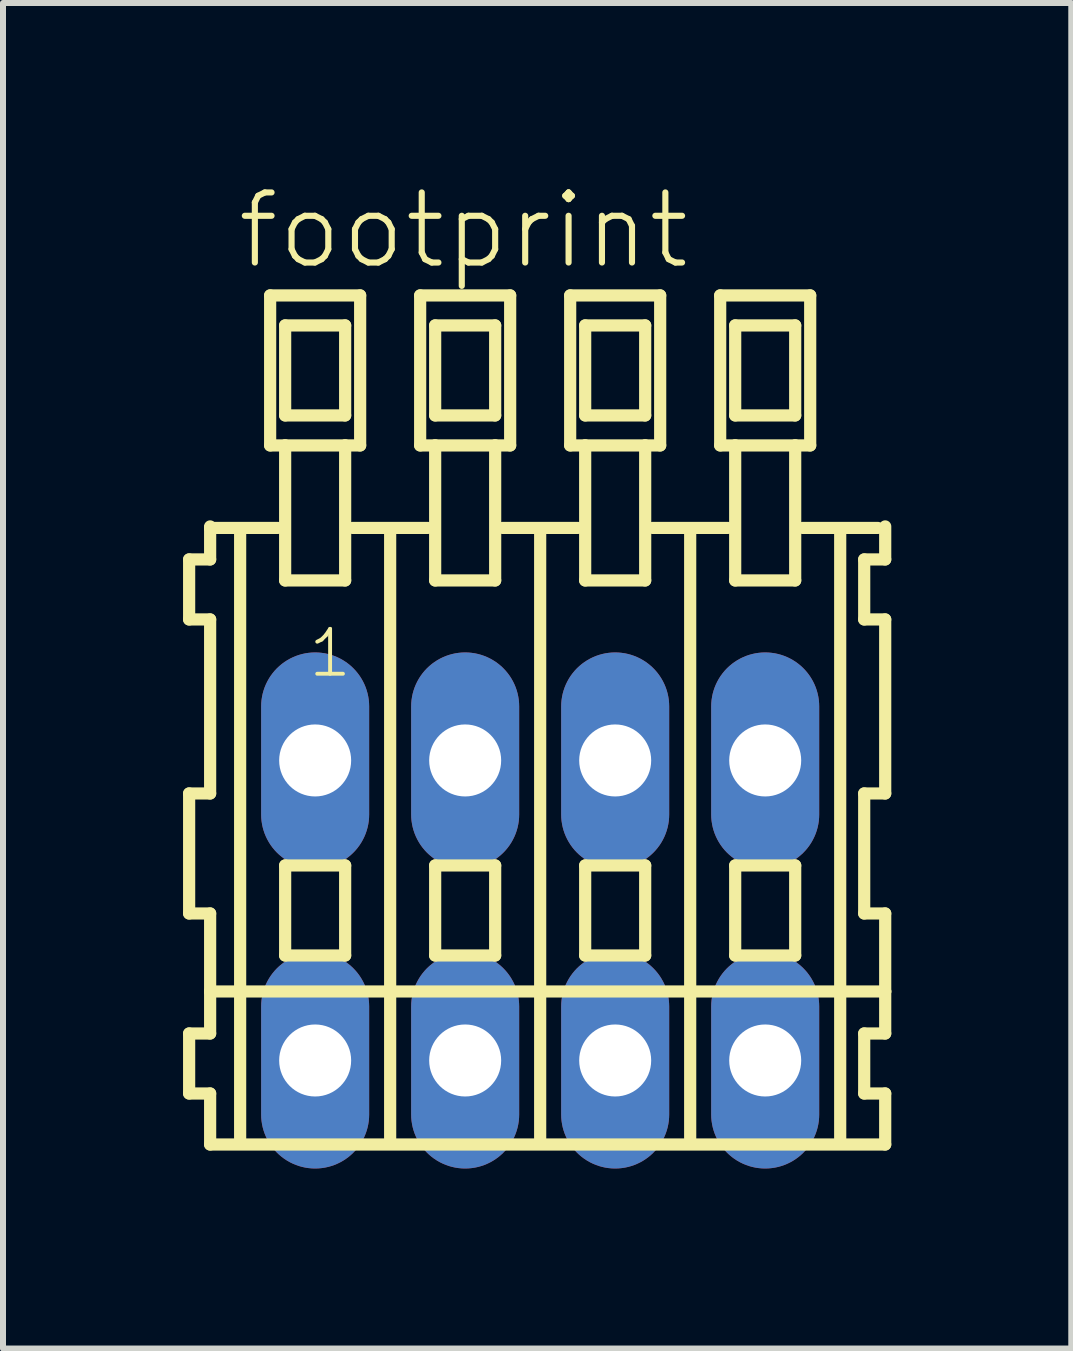
<source format=kicad_pcb>
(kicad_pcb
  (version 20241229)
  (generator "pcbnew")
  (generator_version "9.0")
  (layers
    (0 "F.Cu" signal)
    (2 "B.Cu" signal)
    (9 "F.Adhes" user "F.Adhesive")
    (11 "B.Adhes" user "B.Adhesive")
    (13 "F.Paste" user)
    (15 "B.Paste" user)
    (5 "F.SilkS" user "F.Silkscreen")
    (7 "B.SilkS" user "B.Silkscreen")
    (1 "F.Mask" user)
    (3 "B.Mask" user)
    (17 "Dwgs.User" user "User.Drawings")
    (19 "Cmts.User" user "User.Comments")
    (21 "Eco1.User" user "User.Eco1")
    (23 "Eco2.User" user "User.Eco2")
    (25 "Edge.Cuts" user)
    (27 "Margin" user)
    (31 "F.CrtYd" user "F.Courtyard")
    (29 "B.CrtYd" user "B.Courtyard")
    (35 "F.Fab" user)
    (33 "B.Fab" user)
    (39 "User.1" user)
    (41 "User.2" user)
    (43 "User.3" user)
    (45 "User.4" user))
  (footprint "footprint"
    (layer "F.Cu")
    (at 5.952 12.123)
    (property "Reference" "footprint" (at -5.1 -10.65 0) (layer "F.SilkS") (effects (font (size 1.168 1.168) (thickness 0.102)) (justify left bottom)))
    (fp_line (start -5.85 -5.85) (end -5.85 -4.85) (stroke (width 0.203) (type solid)) (layer "F.SilkS"))
    (fp_line (start -5.85 -4.85) (end -5.5 -4.85) (stroke (width 0.203) (type solid)) (layer "F.SilkS"))
    (fp_line (start -5.85 -1.95) (end -5.85 0.05) (stroke (width 0.203) (type solid)) (layer "F.SilkS"))
    (fp_line (start -5.85 0.05) (end -5.5 0.05) (stroke (width 0.203) (type solid)) (layer "F.SilkS"))
    (fp_line (start -5.85 2.05) (end -5.85 3.05) (stroke (width 0.203) (type solid)) (layer "F.SilkS"))
    (fp_line (start -5.85 3.05) (end -5.5 3.05) (stroke (width 0.203) (type solid)) (layer "F.SilkS"))
    (fp_line (start -5.5 -6.4) (end -5.5 -6.375) (stroke (width 0.203) (type solid)) (layer "F.SilkS"))
    (fp_line (start -5.5 -6.375) (end -5.5 -5.85) (stroke (width 0.203) (type solid)) (layer "F.SilkS"))
    (fp_line (start -5.5 -6.375) (end -4.375 -6.375) (stroke (width 0.203) (type solid)) (layer "F.SilkS"))
    (fp_line (start -5.5 -5.85) (end -5.85 -5.85) (stroke (width 0.203) (type solid)) (layer "F.SilkS"))
    (fp_line (start -5.5 -4.85) (end -5.5 -1.95) (stroke (width 0.203) (type solid)) (layer "F.SilkS"))
    (fp_line (start -5.5 -1.95) (end -5.85 -1.95) (stroke (width 0.203) (type solid)) (layer "F.SilkS"))
    (fp_line (start -5.5 0.05) (end -5.5 1.35) (stroke (width 0.203) (type solid)) (layer "F.SilkS"))
    (fp_line (start -5.5 1.35) (end -5.5 2.05) (stroke (width 0.203) (type solid)) (layer "F.SilkS"))
    (fp_line (start -5.5 1.35) (end 5.75 1.35) (stroke (width 0.203) (type solid)) (layer "F.SilkS"))
    (fp_line (start -5.5 2.05) (end -5.85 2.05) (stroke (width 0.203) (type solid)) (layer "F.SilkS"))
    (fp_line (start -5.5 3.05) (end -5.5 3.9) (stroke (width 0.203) (type solid)) (layer "F.SilkS"))
    (fp_line (start -5.5 3.9) (end 5.75 3.9) (stroke (width 0.203) (type solid)) (layer "F.SilkS"))
    (fp_line (start -5 -6.35) (end -5 3.8) (stroke (width 0.203) (type solid)) (layer "F.SilkS"))
    (fp_line (start -4.5 -10.25) (end -4.5 -7.75) (stroke (width 0.203) (type solid)) (layer "F.SilkS"))
    (fp_line (start -4.5 -7.75) (end -4.25 -7.75) (stroke (width 0.203) (type solid)) (layer "F.SilkS"))
    (fp_line (start -4.25 -9.75) (end -4.25 -8.25) (stroke (width 0.203) (type solid)) (layer "F.SilkS"))
    (fp_line (start -4.25 -8.25) (end -3.25 -8.25) (stroke (width 0.203) (type solid)) (layer "F.SilkS"))
    (fp_line (start -4.25 -7.75) (end -4.25 -5.5) (stroke (width 0.203) (type solid)) (layer "F.SilkS"))
    (fp_line (start -4.25 -7.75) (end -3.25 -7.75) (stroke (width 0.203) (type solid)) (layer "F.SilkS"))
    (fp_line (start -4.25 -5.5) (end -3.25 -5.5) (stroke (width 0.203) (type solid)) (layer "F.SilkS"))
    (fp_line (start -4.25 -0.75) (end -4.25 0.75) (stroke (width 0.203) (type solid)) (layer "F.SilkS"))
    (fp_line (start -4.25 0.75) (end -3.25 0.75) (stroke (width 0.203) (type solid)) (layer "F.SilkS"))
    (fp_line (start -3.25 -9.75) (end -4.25 -9.75) (stroke (width 0.203) (type solid)) (layer "F.SilkS"))
    (fp_line (start -3.25 -8.25) (end -3.25 -9.75) (stroke (width 0.203) (type solid)) (layer "F.SilkS"))
    (fp_line (start -3.25 -7.75) (end -3 -7.75) (stroke (width 0.203) (type solid)) (layer "F.SilkS"))
    (fp_line (start -3.25 -5.5) (end -3.25 -7.75) (stroke (width 0.203) (type solid)) (layer "F.SilkS"))
    (fp_line (start -3.25 -0.75) (end -4.25 -0.75) (stroke (width 0.203) (type solid)) (layer "F.SilkS"))
    (fp_line (start -3.25 0.75) (end -3.25 -0.75) (stroke (width 0.203) (type solid)) (layer "F.SilkS"))
    (fp_line (start -3.125 -6.375) (end -1.875 -6.375) (stroke (width 0.203) (type solid)) (layer "F.SilkS"))
    (fp_line (start -3 -10.25) (end -4.5 -10.25) (stroke (width 0.203) (type solid)) (layer "F.SilkS"))
    (fp_line (start -3 -7.75) (end -3 -10.25) (stroke (width 0.203) (type solid)) (layer "F.SilkS"))
    (fp_line (start -2.5 -6.35) (end -2.5 3.8) (stroke (width 0.203) (type solid)) (layer "F.SilkS"))
    (fp_line (start -2 -10.25) (end -2 -7.75) (stroke (width 0.203) (type solid)) (layer "F.SilkS"))
    (fp_line (start -2 -7.75) (end -1.75 -7.75) (stroke (width 0.203) (type solid)) (layer "F.SilkS"))
    (fp_line (start -1.75 -9.75) (end -1.75 -8.25) (stroke (width 0.203) (type solid)) (layer "F.SilkS"))
    (fp_line (start -1.75 -8.25) (end -0.75 -8.25) (stroke (width 0.203) (type solid)) (layer "F.SilkS"))
    (fp_line (start -1.75 -7.75) (end -1.75 -5.5) (stroke (width 0.203) (type solid)) (layer "F.SilkS"))
    (fp_line (start -1.75 -7.75) (end -0.75 -7.75) (stroke (width 0.203) (type solid)) (layer "F.SilkS"))
    (fp_line (start -1.75 -5.5) (end -0.75 -5.5) (stroke (width 0.203) (type solid)) (layer "F.SilkS"))
    (fp_line (start -1.75 -0.75) (end -1.75 0.75) (stroke (width 0.203) (type solid)) (layer "F.SilkS"))
    (fp_line (start -1.75 0.75) (end -0.75 0.75) (stroke (width 0.203) (type solid)) (layer "F.SilkS"))
    (fp_line (start -0.75 -9.75) (end -1.75 -9.75) (stroke (width 0.203) (type solid)) (layer "F.SilkS"))
    (fp_line (start -0.75 -8.25) (end -0.75 -9.75) (stroke (width 0.203) (type solid)) (layer "F.SilkS"))
    (fp_line (start -0.75 -7.75) (end -0.5 -7.75) (stroke (width 0.203) (type solid)) (layer "F.SilkS"))
    (fp_line (start -0.75 -5.5) (end -0.75 -7.75) (stroke (width 0.203) (type solid)) (layer "F.SilkS"))
    (fp_line (start -0.75 -0.75) (end -1.75 -0.75) (stroke (width 0.203) (type solid)) (layer "F.SilkS"))
    (fp_line (start -0.75 0.75) (end -0.75 -0.75) (stroke (width 0.203) (type solid)) (layer "F.SilkS"))
    (fp_line (start -0.625 -6.375) (end 0.625 -6.375) (stroke (width 0.203) (type solid)) (layer "F.SilkS"))
    (fp_line (start -0.5 -10.25) (end -2 -10.25) (stroke (width 0.203) (type solid)) (layer "F.SilkS"))
    (fp_line (start -0.5 -7.75) (end -0.5 -10.25) (stroke (width 0.203) (type solid)) (layer "F.SilkS"))
    (fp_line (start 0 -6.35) (end 0 3.8) (stroke (width 0.203) (type solid)) (layer "F.SilkS"))
    (fp_line (start 0.5 -10.25) (end 0.5 -7.75) (stroke (width 0.203) (type solid)) (layer "F.SilkS"))
    (fp_line (start 0.5 -7.75) (end 0.75 -7.75) (stroke (width 0.203) (type solid)) (layer "F.SilkS"))
    (fp_line (start 0.75 -9.75) (end 0.75 -8.25) (stroke (width 0.203) (type solid)) (layer "F.SilkS"))
    (fp_line (start 0.75 -8.25) (end 1.75 -8.25) (stroke (width 0.203) (type solid)) (layer "F.SilkS"))
    (fp_line (start 0.75 -7.75) (end 0.75 -5.5) (stroke (width 0.203) (type solid)) (layer "F.SilkS"))
    (fp_line (start 0.75 -7.75) (end 1.75 -7.75) (stroke (width 0.203) (type solid)) (layer "F.SilkS"))
    (fp_line (start 0.75 -5.5) (end 1.75 -5.5) (stroke (width 0.203) (type solid)) (layer "F.SilkS"))
    (fp_line (start 0.75 -0.75) (end 0.75 0.75) (stroke (width 0.203) (type solid)) (layer "F.SilkS"))
    (fp_line (start 0.75 0.75) (end 1.75 0.75) (stroke (width 0.203) (type solid)) (layer "F.SilkS"))
    (fp_line (start 1.75 -9.75) (end 0.75 -9.75) (stroke (width 0.203) (type solid)) (layer "F.SilkS"))
    (fp_line (start 1.75 -8.25) (end 1.75 -9.75) (stroke (width 0.203) (type solid)) (layer "F.SilkS"))
    (fp_line (start 1.75 -7.75) (end 2 -7.75) (stroke (width 0.203) (type solid)) (layer "F.SilkS"))
    (fp_line (start 1.75 -5.5) (end 1.75 -7.75) (stroke (width 0.203) (type solid)) (layer "F.SilkS"))
    (fp_line (start 1.75 -0.75) (end 0.75 -0.75) (stroke (width 0.203) (type solid)) (layer "F.SilkS"))
    (fp_line (start 1.75 0.75) (end 1.75 -0.75) (stroke (width 0.203) (type solid)) (layer "F.SilkS"))
    (fp_line (start 1.875 -6.375) (end 3.125 -6.375) (stroke (width 0.203) (type solid)) (layer "F.SilkS"))
    (fp_line (start 2 -10.25) (end 0.5 -10.25) (stroke (width 0.203) (type solid)) (layer "F.SilkS"))
    (fp_line (start 2 -7.75) (end 2 -10.25) (stroke (width 0.203) (type solid)) (layer "F.SilkS"))
    (fp_line (start 2.5 -6.35) (end 2.5 3.8) (stroke (width 0.203) (type solid)) (layer "F.SilkS"))
    (fp_line (start 3 -10.25) (end 3 -7.75) (stroke (width 0.203) (type solid)) (layer "F.SilkS"))
    (fp_line (start 3 -7.75) (end 3.25 -7.75) (stroke (width 0.203) (type solid)) (layer "F.SilkS"))
    (fp_line (start 3.25 -9.75) (end 3.25 -8.25) (stroke (width 0.203) (type solid)) (layer "F.SilkS"))
    (fp_line (start 3.25 -8.25) (end 4.25 -8.25) (stroke (width 0.203) (type solid)) (layer "F.SilkS"))
    (fp_line (start 3.25 -7.75) (end 3.25 -5.5) (stroke (width 0.203) (type solid)) (layer "F.SilkS"))
    (fp_line (start 3.25 -7.75) (end 4.25 -7.75) (stroke (width 0.203) (type solid)) (layer "F.SilkS"))
    (fp_line (start 3.25 -5.5) (end 4.25 -5.5) (stroke (width 0.203) (type solid)) (layer "F.SilkS"))
    (fp_line (start 3.25 -0.75) (end 3.25 0.75) (stroke (width 0.203) (type solid)) (layer "F.SilkS"))
    (fp_line (start 3.25 0.75) (end 4.25 0.75) (stroke (width 0.203) (type solid)) (layer "F.SilkS"))
    (fp_line (start 4.25 -9.75) (end 3.25 -9.75) (stroke (width 0.203) (type solid)) (layer "F.SilkS"))
    (fp_line (start 4.25 -8.25) (end 4.25 -9.75) (stroke (width 0.203) (type solid)) (layer "F.SilkS"))
    (fp_line (start 4.25 -7.75) (end 4.5 -7.75) (stroke (width 0.203) (type solid)) (layer "F.SilkS"))
    (fp_line (start 4.25 -5.5) (end 4.25 -7.75) (stroke (width 0.203) (type solid)) (layer "F.SilkS"))
    (fp_line (start 4.25 -0.75) (end 3.25 -0.75) (stroke (width 0.203) (type solid)) (layer "F.SilkS"))
    (fp_line (start 4.25 0.75) (end 4.25 -0.75) (stroke (width 0.203) (type solid)) (layer "F.SilkS"))
    (fp_line (start 4.375 -6.375) (end 5.625 -6.375) (stroke (width 0.203) (type solid)) (layer "F.SilkS"))
    (fp_line (start 4.5 -10.25) (end 3 -10.25) (stroke (width 0.203) (type solid)) (layer "F.SilkS"))
    (fp_line (start 4.5 -7.75) (end 4.5 -10.25) (stroke (width 0.203) (type solid)) (layer "F.SilkS"))
    (fp_line (start 5 -6.35) (end 5 3.8) (stroke (width 0.203) (type solid)) (layer "F.SilkS"))
    (fp_line (start 5.4 -5.85) (end 5.4 -4.85) (stroke (width 0.203) (type solid)) (layer "F.SilkS"))
    (fp_line (start 5.4 -4.85) (end 5.75 -4.85) (stroke (width 0.203) (type solid)) (layer "F.SilkS"))
    (fp_line (start 5.4 -1.95) (end 5.4 0.05) (stroke (width 0.203) (type solid)) (layer "F.SilkS"))
    (fp_line (start 5.4 0.05) (end 5.75 0.05) (stroke (width 0.203) (type solid)) (layer "F.SilkS"))
    (fp_line (start 5.4 2.05) (end 5.4 3.05) (stroke (width 0.203) (type solid)) (layer "F.SilkS"))
    (fp_line (start 5.4 3.05) (end 5.75 3.05) (stroke (width 0.203) (type solid)) (layer "F.SilkS"))
    (fp_line (start 5.75 -5.85) (end 5.4 -5.85) (stroke (width 0.203) (type solid)) (layer "F.SilkS"))
    (fp_line (start 5.75 -5.85) (end 5.75 -6.4) (stroke (width 0.203) (type solid)) (layer "F.SilkS"))
    (fp_line (start 5.75 -1.95) (end 5.4 -1.95) (stroke (width 0.203) (type solid)) (layer "F.SilkS"))
    (fp_line (start 5.75 -1.95) (end 5.75 -4.85) (stroke (width 0.203) (type solid)) (layer "F.SilkS"))
    (fp_line (start 5.75 1.35) (end 5.75 0.05) (stroke (width 0.203) (type solid)) (layer "F.SilkS"))
    (fp_line (start 5.75 2.05) (end 5.4 2.05) (stroke (width 0.203) (type solid)) (layer "F.SilkS"))
    (fp_line (start 5.75 2.05) (end 5.75 1.35) (stroke (width 0.203) (type solid)) (layer "F.SilkS"))
    (fp_line (start 5.75 3.9) (end 5.75 3.05) (stroke (width 0.203) (type solid)) (layer "F.SilkS"))
    (fp_text user "1" (at -3.9 -3.85 0) (layer "F.SilkS") (effects (font (size 0.748 0.748) (thickness 0.065)) (justify left bottom)))
    (pad "A1" thru_hole oval (at -3.75 -2.5 90) (size 3.6 1.8) (drill 1.2) (layers "*.Cu" "*.Mask"))
    (pad "A2" thru_hole oval (at -1.25 -2.5 90) (size 3.6 1.8) (drill 1.2) (layers "*.Cu" "*.Mask"))
    (pad "A3" thru_hole oval (at 1.25 -2.5 90) (size 3.6 1.8) (drill 1.2) (layers "*.Cu" "*.Mask"))
    (pad "A4" thru_hole oval (at 3.75 -2.5 90) (size 3.6 1.8) (drill 1.2) (layers "*.Cu" "*.Mask"))
    (pad "B1" thru_hole oval (at -3.75 2.5 90) (size 3.6 1.8) (drill 1.2) (layers "*.Cu" "*.Mask"))
    (pad "B2" thru_hole oval (at -1.25 2.5 90) (size 3.6 1.8) (drill 1.2) (layers "*.Cu" "*.Mask"))
    (pad "B3" thru_hole oval (at 1.25 2.5 90) (size 3.6 1.8) (drill 1.2) (layers "*.Cu" "*.Mask"))
    (pad "B4" thru_hole oval (at 3.75 2.5 90) (size 3.6 1.8) (drill 1.2) (layers "*.Cu" "*.Mask")))
  (gr_rect
    (start -3 -3)
    (end 14.803 19.423)
    (stroke (width 0.1) (type default))
    (fill no)
    (layer "Edge.Cuts")))
</source>
